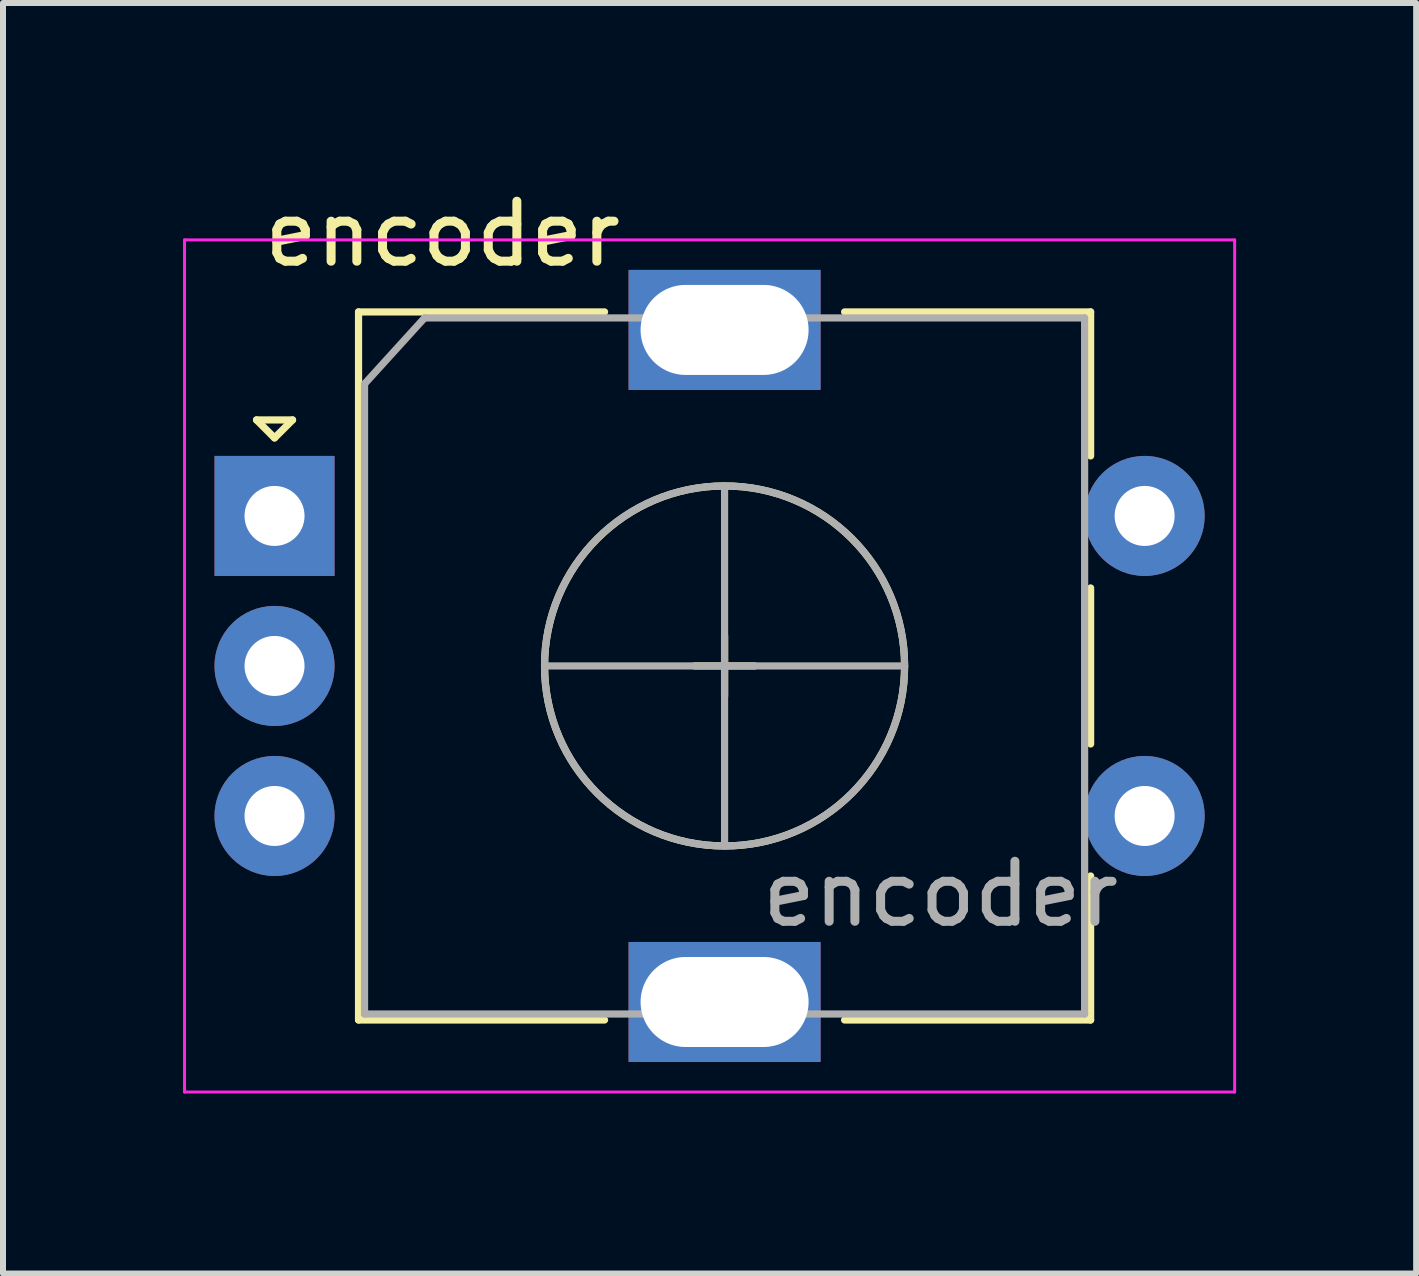
<source format=kicad_pcb>
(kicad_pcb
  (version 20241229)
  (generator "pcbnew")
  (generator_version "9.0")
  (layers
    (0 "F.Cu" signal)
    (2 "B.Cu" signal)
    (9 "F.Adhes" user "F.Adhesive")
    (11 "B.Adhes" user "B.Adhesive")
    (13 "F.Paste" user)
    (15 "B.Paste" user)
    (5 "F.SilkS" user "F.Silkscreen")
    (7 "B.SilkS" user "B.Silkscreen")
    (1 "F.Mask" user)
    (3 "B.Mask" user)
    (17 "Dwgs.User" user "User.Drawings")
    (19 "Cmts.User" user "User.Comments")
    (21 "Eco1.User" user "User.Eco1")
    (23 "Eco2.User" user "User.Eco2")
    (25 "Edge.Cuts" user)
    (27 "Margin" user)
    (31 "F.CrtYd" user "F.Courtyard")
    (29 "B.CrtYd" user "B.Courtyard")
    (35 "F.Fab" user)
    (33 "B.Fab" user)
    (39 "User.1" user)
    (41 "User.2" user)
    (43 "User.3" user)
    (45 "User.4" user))
  (footprint "encoder"
    (layer "F.Cu")
    (at 1.525 5.548)
    (property "Reference" "encoder" (at 2.8 -4.7 0) (layer "F.SilkS") (effects (font (size 1 1) (thickness 0.15))))
    (attr through_hole)
    (fp_line (start -0.3 -1.6) (end 0.3 -1.6) (stroke (width 0.12) (type solid)) (layer "F.SilkS"))
    (fp_line (start 0 -1.3) (end -0.3 -1.6) (stroke (width 0.12) (type solid)) (layer "F.SilkS"))
    (fp_line (start 0.3 -1.6) (end 0 -1.3) (stroke (width 0.12) (type solid)) (layer "F.SilkS"))
    (fp_line (start 1.4 -3.4) (end 1.4 8.4) (stroke (width 0.12) (type solid)) (layer "F.SilkS"))
    (fp_line (start 5.5 -3.4) (end 1.4 -3.4) (stroke (width 0.12) (type solid)) (layer "F.SilkS"))
    (fp_line (start 5.5 8.4) (end 1.4 8.4) (stroke (width 0.12) (type solid)) (layer "F.SilkS"))
    (fp_line (start 7 2.5) (end 8 2.5) (stroke (width 0.12) (type solid)) (layer "F.SilkS"))
    (fp_line (start 7.5 2) (end 7.5 3) (stroke (width 0.12) (type solid)) (layer "F.SilkS"))
    (fp_line (start 9.5 -3.4) (end 13.6 -3.4) (stroke (width 0.12) (type solid)) (layer "F.SilkS"))
    (fp_line (start 13.6 -3.4) (end 13.6 -1) (stroke (width 0.12) (type solid)) (layer "F.SilkS"))
    (fp_line (start 13.6 1.2) (end 13.6 3.8) (stroke (width 0.12) (type solid)) (layer "F.SilkS"))
    (fp_line (start 13.6 6) (end 13.6 8.4) (stroke (width 0.12) (type solid)) (layer "F.SilkS"))
    (fp_line (start 13.6 8.4) (end 9.5 8.4) (stroke (width 0.12) (type solid)) (layer "F.SilkS"))
    (fp_circle (center 7.5 2.5) (end 10.5 2.5) (stroke (width 0.12) (type solid)) (fill no) (layer "F.SilkS"))
    (fp_line (start -1.5 -4.6) (end -1.5 9.6) (stroke (width 0.05) (type solid)) (layer "F.CrtYd"))
    (fp_line (start -1.5 -4.6) (end 16 -4.6) (stroke (width 0.05) (type solid)) (layer "F.CrtYd"))
    (fp_line (start 16 9.6) (end -1.5 9.6) (stroke (width 0.05) (type solid)) (layer "F.CrtYd"))
    (fp_line (start 16 9.6) (end 16 -4.6) (stroke (width 0.05) (type solid)) (layer "F.CrtYd"))
    (fp_line (start 1.5 -2.2) (end 2.5 -3.3) (stroke (width 0.12) (type solid)) (layer "F.Fab"))
    (fp_line (start 1.5 8.3) (end 1.5 -2.2) (stroke (width 0.12) (type solid)) (layer "F.Fab"))
    (fp_line (start 2.5 -3.3) (end 13.5 -3.3) (stroke (width 0.12) (type solid)) (layer "F.Fab"))
    (fp_line (start 4.5 2.5) (end 10.5 2.5) (stroke (width 0.12) (type solid)) (layer "F.Fab"))
    (fp_line (start 7.5 -0.5) (end 7.5 5.5) (stroke (width 0.12) (type solid)) (layer "F.Fab"))
    (fp_line (start 13.5 -3.3) (end 13.5 8.3) (stroke (width 0.12) (type solid)) (layer "F.Fab"))
    (fp_line (start 13.5 8.3) (end 1.5 8.3) (stroke (width 0.12) (type solid)) (layer "F.Fab"))
    (fp_circle (center 7.5 2.5) (end 10.5 2.5) (stroke (width 0.12) (type solid)) (fill no) (layer "F.Fab"))
    (fp_text user "${REFERENCE}" (at 11.1 6.3 0) (layer "F.Fab") (effects (font (size 1 1) (thickness 0.15))))
    (pad "A" thru_hole rect (at 0 0) (size 2 2) (drill 1) (layers "*.Cu" "*.Mask"))
    (pad "B" thru_hole circle (at 0 5) (size 2 2) (drill 1) (layers "*.Cu" "*.Mask"))
    (pad "C" thru_hole circle (at 0 2.5) (size 2 2) (drill 1) (layers "*.Cu" "*.Mask"))
    (pad "MP" thru_hole rect (at 7.5 -3.1) (size 3.2 2) (drill oval 2.8 1.5) (layers "*.Cu" "*.Mask"))
    (pad "MP" thru_hole rect (at 7.5 8.1) (size 3.2 2) (drill oval 2.8 1.5) (layers "*.Cu" "*.Mask"))
    (pad "S1" thru_hole circle (at 14.5 5) (size 2 2) (drill 1) (layers "*.Cu" "*.Mask"))
    (pad "S2" thru_hole circle (at 14.5 0) (size 2 2) (drill 1) (layers "*.Cu" "*.Mask")))
  (gr_rect
    (start -3 -3)
    (end 20.55 18.173)
    (stroke (width 0.1) (type default))
    (fill no)
    (layer "Edge.Cuts")))
</source>
